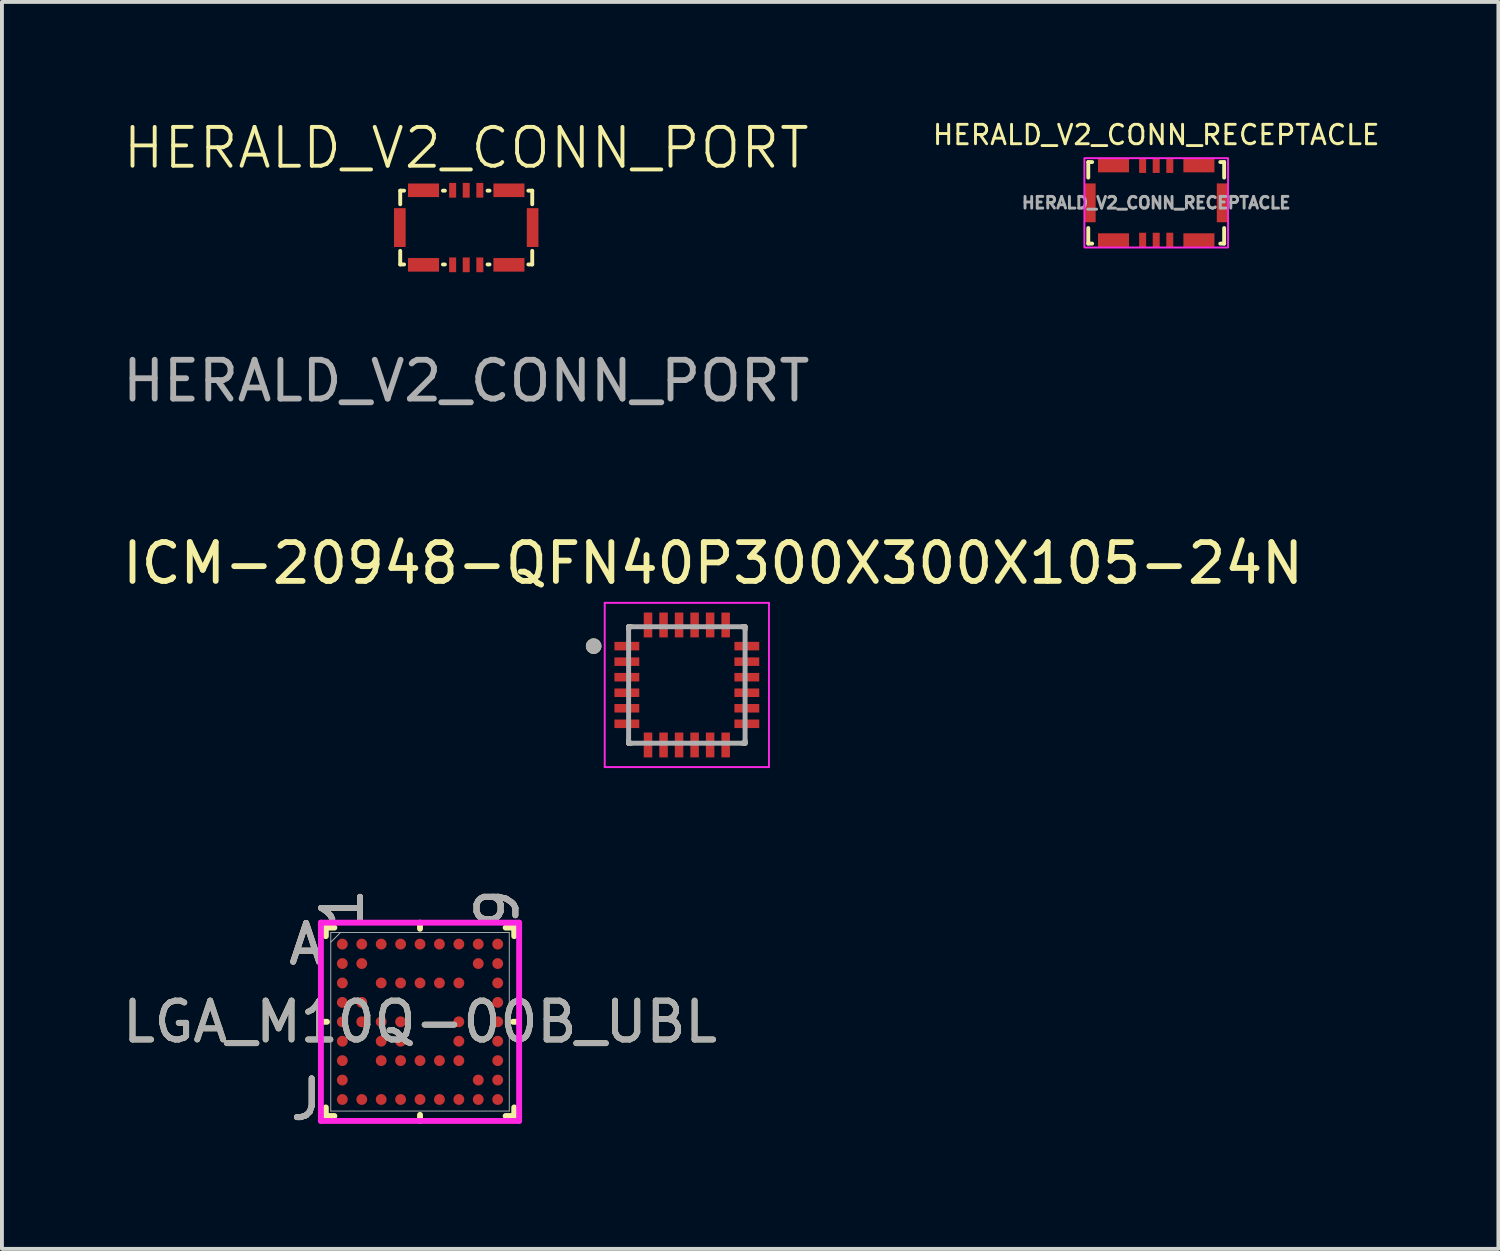
<source format=kicad_pcb>
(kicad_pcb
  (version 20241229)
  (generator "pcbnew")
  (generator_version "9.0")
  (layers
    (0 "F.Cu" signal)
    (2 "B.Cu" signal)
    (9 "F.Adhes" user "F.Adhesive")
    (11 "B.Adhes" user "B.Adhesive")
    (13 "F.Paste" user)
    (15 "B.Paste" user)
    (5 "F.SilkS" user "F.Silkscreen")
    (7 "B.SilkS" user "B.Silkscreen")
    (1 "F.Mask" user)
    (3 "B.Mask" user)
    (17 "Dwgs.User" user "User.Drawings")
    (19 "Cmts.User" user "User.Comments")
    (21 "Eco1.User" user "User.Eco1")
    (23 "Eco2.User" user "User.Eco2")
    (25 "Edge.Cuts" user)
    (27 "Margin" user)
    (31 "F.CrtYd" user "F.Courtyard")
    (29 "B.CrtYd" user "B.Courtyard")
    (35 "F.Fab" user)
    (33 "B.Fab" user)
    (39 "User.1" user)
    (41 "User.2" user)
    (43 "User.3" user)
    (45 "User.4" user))
  (footprint "LGA_M10Q-00B_UBL"
    (layer "F.Cu")
    (at 7.768 23.267)
    (property "Reference" "LGA_M10Q-00B_UBL" (at 0 0 0) (unlocked yes) (layer "F.SilkS") (effects (font (size 1 1) (thickness 0.15))))
    (attr smd)
    (fp_line (start -2.426 -2.426) (end -2.426 -2.206) (stroke (width 0.152) (type solid)) (layer "F.SilkS"))
    (fp_line (start -2.426 2.206) (end -2.426 2.426) (stroke (width 0.152) (type solid)) (layer "F.SilkS"))
    (fp_line (start -2.426 2.426) (end -2.206 2.426) (stroke (width 0.152) (type solid)) (layer "F.SilkS"))
    (fp_line (start -2.397 0) (end -2.553 0) (stroke (width 0.152) (type solid)) (layer "F.SilkS"))
    (fp_line (start -2.206 -2.426) (end -2.426 -2.426) (stroke (width 0.152) (type solid)) (layer "F.SilkS"))
    (fp_line (start 0 -2.397) (end 0 -2.553) (stroke (width 0.152) (type solid)) (layer "F.SilkS"))
    (fp_line (start 0 2.397) (end 0 2.553) (stroke (width 0.152) (type solid)) (layer "F.SilkS"))
    (fp_line (start 2.206 2.426) (end 2.426 2.426) (stroke (width 0.152) (type solid)) (layer "F.SilkS"))
    (fp_line (start 2.397 0) (end 2.553 0) (stroke (width 0.152) (type solid)) (layer "F.SilkS"))
    (fp_line (start 2.426 -2.426) (end 2.206 -2.426) (stroke (width 0.152) (type solid)) (layer "F.SilkS"))
    (fp_line (start 2.426 -2.206) (end 2.426 -2.426) (stroke (width 0.152) (type solid)) (layer "F.SilkS"))
    (fp_line (start 2.426 2.426) (end 2.426 2.206) (stroke (width 0.152) (type solid)) (layer "F.SilkS"))
    (fp_poly (pts (xy -2.695 -2.695) (xy 2.695 -2.695) (xy 2.695 2.695) (xy -2.695 2.695)) (stroke (width 0.1) (type solid)) (fill no) (layer "Eco2.User"))
    (fp_line (start -2.553 -2.553) (end 2.553 -2.553) (stroke (width 0.152) (type solid)) (layer "F.CrtYd"))
    (fp_line (start -2.553 2.553) (end -2.553 -2.553) (stroke (width 0.152) (type solid)) (layer "F.CrtYd"))
    (fp_line (start 2.553 -2.553) (end 2.553 2.553) (stroke (width 0.152) (type solid)) (layer "F.CrtYd"))
    (fp_line (start 2.553 2.553) (end -2.553 2.553) (stroke (width 0.152) (type solid)) (layer "F.CrtYd"))
    (fp_line (start -2.299 -2.299) (end -2.299 2.299) (stroke (width 0.025) (type solid)) (layer "F.Fab"))
    (fp_line (start -2.299 2.299) (end 2.299 2.299) (stroke (width 0.025) (type solid)) (layer "F.Fab"))
    (fp_line (start -2.049 -2.299) (end -2.299 -2.049) (stroke (width 0.025) (type solid)) (layer "F.Fab"))
    (fp_line (start 2.299 -2.299) (end -2.299 -2.299) (stroke (width 0.025) (type solid)) (layer "F.Fab"))
    (fp_line (start 2.299 2.299) (end 2.299 -2.299) (stroke (width 0.025) (type solid)) (layer "F.Fab"))
    (fp_text user "9" (at 2.001 -2.934 90) (unlocked yes) (layer "F.SilkS") (effects (font (size 1 1) (thickness 0.15))))
    (fp_text user "J" (at -2.934 2.001 0) (unlocked yes) (layer "F.SilkS") (effects (font (size 1 1) (thickness 0.15))))
    (fp_text user "1" (at -2.001 -2.934 90) (unlocked yes) (layer "F.SilkS") (effects (font (size 1 1) (thickness 0.15))))
    (fp_text user "A" (at -2.934 -2.001 0) (unlocked yes) (layer "F.SilkS") (effects (font (size 1 1) (thickness 0.15))))
    (fp_text user "1" (at -2.001 -2.934 90) (unlocked yes) (layer "B.SilkS") (effects (font (size 1 1) (thickness 0.15))))
    (fp_text user "A" (at -2.934 -2.001 0) (unlocked yes) (layer "B.SilkS") (effects (font (size 1 1) (thickness 0.15))))
    (fp_text user "J" (at -2.934 2.001 0) (unlocked yes) (layer "B.SilkS") (effects (font (size 1 1) (thickness 0.15))))
    (fp_text user "9" (at 2.001 -2.934 90) (unlocked yes) (layer "B.SilkS") (effects (font (size 1 1) (thickness 0.15))))
    (fp_text user "A" (at -2.934 -2.001 0) (unlocked yes) (layer "F.Fab") (effects (font (size 1 1) (thickness 0.15))))
    (fp_text user "9" (at 2.001 -2.934 90) (unlocked yes) (layer "F.Fab") (effects (font (size 1 1) (thickness 0.15))))
    (fp_text user "${REFERENCE}" (at 0 0 0) (unlocked yes) (layer "F.Fab") (effects (font (size 1 1) (thickness 0.15))))
    (fp_text user "1" (at -2.001 -2.934 90) (unlocked yes) (layer "F.Fab") (effects (font (size 1 1) (thickness 0.15))))
    (fp_text user "J" (at -2.934 2.001 0) (unlocked yes) (layer "F.Fab") (effects (font (size 1 1) (thickness 0.15))))
    (pad "A1" smd circle (at -2.001 -2.001) (size 0.279 0.279) (layers "F.Cu" "F.Mask" "F.Paste"))
    (pad "A2" smd circle (at -1.5 -2.001) (size 0.279 0.279) (layers "F.Cu" "F.Mask" "F.Paste"))
    (pad "A3" smd circle (at -1 -2.001) (size 0.279 0.279) (layers "F.Cu" "F.Mask" "F.Paste"))
    (pad "A4" smd circle (at -0.5 -2.001) (size 0.279 0.279) (layers "F.Cu" "F.Mask" "F.Paste"))
    (pad "A5" smd circle (at 0 -2.001) (size 0.279 0.279) (layers "F.Cu" "F.Mask" "F.Paste"))
    (pad "A6" smd circle (at 0.5 -2.001) (size 0.279 0.279) (layers "F.Cu" "F.Mask" "F.Paste"))
    (pad "A7" smd circle (at 1 -2.001) (size 0.279 0.279) (layers "F.Cu" "F.Mask" "F.Paste"))
    (pad "A8" smd circle (at 1.5 -2.001) (size 0.279 0.279) (layers "F.Cu" "F.Mask" "F.Paste"))
    (pad "A9" smd circle (at 2.001 -2.001) (size 0.279 0.279) (layers "F.Cu" "F.Mask" "F.Paste"))
    (pad "B1" smd circle (at -2.001 -1.5) (size 0.279 0.279) (layers "F.Cu" "F.Mask" "F.Paste"))
    (pad "B2" smd circle (at -1.5 -1.5) (size 0.279 0.279) (layers "F.Cu" "F.Mask" "F.Paste"))
    (pad "B8" smd circle (at 1.5 -1.5) (size 0.279 0.279) (layers "F.Cu" "F.Mask" "F.Paste"))
    (pad "B9" smd circle (at 2.001 -1.5) (size 0.279 0.279) (layers "F.Cu" "F.Mask" "F.Paste"))
    (pad "C1" smd circle (at -2.001 -1) (size 0.279 0.279) (layers "F.Cu" "F.Mask" "F.Paste"))
    (pad "C3" smd circle (at -1 -1) (size 0.279 0.279) (layers "F.Cu" "F.Mask" "F.Paste"))
    (pad "C4" smd circle (at -0.5 -1) (size 0.279 0.279) (layers "F.Cu" "F.Mask" "F.Paste"))
    (pad "C5" smd circle (at 0 -1) (size 0.279 0.279) (layers "F.Cu" "F.Mask" "F.Paste"))
    (pad "C6" smd circle (at 0.5 -1) (size 0.279 0.279) (layers "F.Cu" "F.Mask" "F.Paste"))
    (pad "C7" smd circle (at 1 -1) (size 0.279 0.279) (layers "F.Cu" "F.Mask" "F.Paste"))
    (pad "C9" smd circle (at 2.001 -1) (size 0.279 0.279) (layers "F.Cu" "F.Mask" "F.Paste"))
    (pad "D1" smd circle (at -2.001 -0.5) (size 0.279 0.279) (layers "F.Cu" "F.Mask" "F.Paste"))
    (pad "D2" smd circle (at -1.5 -0.5) (size 0.279 0.279) (layers "F.Cu" "F.Mask" "F.Paste"))
    (pad "D9" smd circle (at 2.001 -0.5) (size 0.279 0.279) (layers "F.Cu" "F.Mask" "F.Paste"))
    (pad "E1" smd circle (at -2.001 0) (size 0.279 0.279) (layers "F.Cu" "F.Mask" "F.Paste"))
    (pad "E2" smd circle (at -1.5 0) (size 0.279 0.279) (layers "F.Cu" "F.Mask" "F.Paste"))
    (pad "E3" smd circle (at -1 0) (size 0.279 0.279) (layers "F.Cu" "F.Mask" "F.Paste"))
    (pad "E4" smd circle (at -0.5 0) (size 0.279 0.279) (layers "F.Cu" "F.Mask" "F.Paste"))
    (pad "E7" smd circle (at 1 0) (size 0.279 0.279) (layers "F.Cu" "F.Mask" "F.Paste"))
    (pad "E9" smd circle (at 2.001 0) (size 0.279 0.279) (layers "F.Cu" "F.Mask" "F.Paste"))
    (pad "F1" smd circle (at -2.001 0.5) (size 0.279 0.279) (layers "F.Cu" "F.Mask" "F.Paste"))
    (pad "F3" smd circle (at -1 0.5) (size 0.279 0.279) (layers "F.Cu" "F.Mask" "F.Paste"))
    (pad "F4" smd circle (at -0.5 0.5) (size 0.279 0.279) (layers "F.Cu" "F.Mask" "F.Paste"))
    (pad "F7" smd circle (at 1 0.5) (size 0.279 0.279) (layers "F.Cu" "F.Mask" "F.Paste"))
    (pad "F9" smd circle (at 2.001 0.5) (size 0.279 0.279) (layers "F.Cu" "F.Mask" "F.Paste"))
    (pad "G1" smd circle (at -2.001 1) (size 0.279 0.279) (layers "F.Cu" "F.Mask" "F.Paste"))
    (pad "G3" smd circle (at -1 1) (size 0.279 0.279) (layers "F.Cu" "F.Mask" "F.Paste"))
    (pad "G4" smd circle (at -0.5 1) (size 0.279 0.279) (layers "F.Cu" "F.Mask" "F.Paste"))
    (pad "G5" smd circle (at 0 1) (size 0.279 0.279) (layers "F.Cu" "F.Mask" "F.Paste"))
    (pad "G6" smd circle (at 0.5 1) (size 0.279 0.279) (layers "F.Cu" "F.Mask" "F.Paste"))
    (pad "G7" smd circle (at 1 1) (size 0.279 0.279) (layers "F.Cu" "F.Mask" "F.Paste"))
    (pad "G9" smd circle (at 2.001 1) (size 0.279 0.279) (layers "F.Cu" "F.Mask" "F.Paste"))
    (pad "H1" smd circle (at -2.001 1.5) (size 0.279 0.279) (layers "F.Cu" "F.Mask" "F.Paste"))
    (pad "H8" smd circle (at 1.5 1.5) (size 0.279 0.279) (layers "F.Cu" "F.Mask" "F.Paste"))
    (pad "H9" smd circle (at 2.001 1.5) (size 0.279 0.279) (layers "F.Cu" "F.Mask" "F.Paste"))
    (pad "J1" smd circle (at -2.001 2.001) (size 0.279 0.279) (layers "F.Cu" "F.Mask" "F.Paste"))
    (pad "J2" smd circle (at -1.5 2.001) (size 0.279 0.279) (layers "F.Cu" "F.Mask" "F.Paste"))
    (pad "J3" smd circle (at -1 2.001) (size 0.279 0.279) (layers "F.Cu" "F.Mask" "F.Paste"))
    (pad "J4" smd circle (at -0.5 2.001) (size 0.279 0.279) (layers "F.Cu" "F.Mask" "F.Paste"))
    (pad "J5" smd circle (at 0 2.001) (size 0.279 0.279) (layers "F.Cu" "F.Mask" "F.Paste"))
    (pad "J6" smd circle (at 0.5 2.001) (size 0.279 0.279) (layers "F.Cu" "F.Mask" "F.Paste"))
    (pad "J7" smd circle (at 1 2.001) (size 0.279 0.279) (layers "F.Cu" "F.Mask" "F.Paste"))
    (pad "J8" smd circle (at 1.5 2.001) (size 0.279 0.279) (layers "F.Cu" "F.Mask" "F.Paste"))
    (pad "J9" smd circle (at 2.001 2.001) (size 0.279 0.279) (layers "F.Cu" "F.Mask" "F.Paste")))
  (footprint "ICM-20948-QFN40P300X300X105-24N"
    (layer "F.Cu")
    (at 14.64 14.592)
    (property "Reference" "ICM-20948-QFN40P300X300X105-24N" (at 0.675 -3.135 0) (layer "F.SilkS") (effects (font (size 1 1) (thickness 0.15))))
    (attr smd)
    (fp_line (start -1.5 -1.5) (end -1.5 -1.43) (stroke (width 0.127) (type solid)) (layer "F.SilkS"))
    (fp_line (start -1.5 1.43) (end -1.5 1.5) (stroke (width 0.127) (type solid)) (layer "F.SilkS"))
    (fp_line (start -1.5 1.5) (end -1.43 1.5) (stroke (width 0.127) (type solid)) (layer "F.SilkS"))
    (fp_line (start -1.43 -1.5) (end -1.5 -1.5) (stroke (width 0.127) (type solid)) (layer "F.SilkS"))
    (fp_line (start 1.43 1.5) (end 1.5 1.5) (stroke (width 0.127) (type solid)) (layer "F.SilkS"))
    (fp_line (start 1.5 -1.5) (end 1.43 -1.5) (stroke (width 0.127) (type solid)) (layer "F.SilkS"))
    (fp_line (start 1.5 -1.43) (end 1.5 -1.5) (stroke (width 0.127) (type solid)) (layer "F.SilkS"))
    (fp_line (start 1.5 1.5) (end 1.5 1.43) (stroke (width 0.127) (type solid)) (layer "F.SilkS"))
    (fp_circle (center -2.4 -1) (end -2.3 -1) (stroke (width 0.2) (type solid)) (fill no) (layer "F.SilkS"))
    (fp_line (start -2.115 -2.115) (end 2.115 -2.115) (stroke (width 0.05) (type solid)) (layer "F.CrtYd"))
    (fp_line (start -2.115 2.115) (end -2.115 -2.115) (stroke (width 0.05) (type solid)) (layer "F.CrtYd"))
    (fp_line (start 2.115 -2.115) (end 2.115 2.115) (stroke (width 0.05) (type solid)) (layer "F.CrtYd"))
    (fp_line (start 2.115 2.115) (end -2.115 2.115) (stroke (width 0.05) (type solid)) (layer "F.CrtYd"))
    (fp_line (start -1.5 -1.5) (end 1.5 -1.5) (stroke (width 0.127) (type solid)) (layer "F.Fab"))
    (fp_line (start -1.5 1.5) (end -1.5 -1.5) (stroke (width 0.127) (type solid)) (layer "F.Fab"))
    (fp_line (start 1.5 -1.5) (end 1.5 1.5) (stroke (width 0.127) (type solid)) (layer "F.Fab"))
    (fp_line (start 1.5 1.5) (end -1.5 1.5) (stroke (width 0.127) (type solid)) (layer "F.Fab"))
    (fp_circle (center -2.4 -1) (end -2.3 -1) (stroke (width 0.2) (type solid)) (fill no) (layer "F.Fab"))
    (pad "1" smd roundrect (at -1.545 -1) (size 0.64 0.22) (layers "F.Cu" "F.Mask" "F.Paste") (roundrect_rratio 0.03))
    (pad "2" smd roundrect (at -1.545 -0.6) (size 0.64 0.22) (layers "F.Cu" "F.Mask" "F.Paste") (roundrect_rratio 0.03))
    (pad "3" smd roundrect (at -1.545 -0.2) (size 0.64 0.22) (layers "F.Cu" "F.Mask" "F.Paste") (roundrect_rratio 0.03))
    (pad "4" smd roundrect (at -1.545 0.2) (size 0.64 0.22) (layers "F.Cu" "F.Mask" "F.Paste") (roundrect_rratio 0.03))
    (pad "5" smd roundrect (at -1.545 0.6) (size 0.64 0.22) (layers "F.Cu" "F.Mask" "F.Paste") (roundrect_rratio 0.03))
    (pad "6" smd roundrect (at -1.545 1) (size 0.64 0.22) (layers "F.Cu" "F.Mask" "F.Paste") (roundrect_rratio 0.03))
    (pad "7" smd roundrect (at -1 1.545 90) (size 0.64 0.22) (layers "F.Cu" "F.Mask" "F.Paste") (roundrect_rratio 0.03))
    (pad "8" smd roundrect (at -0.6 1.545 90) (size 0.64 0.22) (layers "F.Cu" "F.Mask" "F.Paste") (roundrect_rratio 0.03))
    (pad "9" smd roundrect (at -0.2 1.545 90) (size 0.64 0.22) (layers "F.Cu" "F.Mask" "F.Paste") (roundrect_rratio 0.03))
    (pad "10" smd roundrect (at 0.2 1.545 90) (size 0.64 0.22) (layers "F.Cu" "F.Mask" "F.Paste") (roundrect_rratio 0.03))
    (pad "11" smd roundrect (at 0.6 1.545 90) (size 0.64 0.22) (layers "F.Cu" "F.Mask" "F.Paste") (roundrect_rratio 0.03))
    (pad "12" smd roundrect (at 1 1.545 90) (size 0.64 0.22) (layers "F.Cu" "F.Mask" "F.Paste") (roundrect_rratio 0.03))
    (pad "13" smd roundrect (at 1.545 1 180) (size 0.64 0.22) (layers "F.Cu" "F.Mask" "F.Paste") (roundrect_rratio 0.03))
    (pad "14" smd roundrect (at 1.545 0.6 180) (size 0.64 0.22) (layers "F.Cu" "F.Mask" "F.Paste") (roundrect_rratio 0.03))
    (pad "15" smd roundrect (at 1.545 0.2 180) (size 0.64 0.22) (layers "F.Cu" "F.Mask" "F.Paste") (roundrect_rratio 0.03))
    (pad "16" smd roundrect (at 1.545 -0.2 180) (size 0.64 0.22) (layers "F.Cu" "F.Mask" "F.Paste") (roundrect_rratio 0.03))
    (pad "17" smd roundrect (at 1.545 -0.6 180) (size 0.64 0.22) (layers "F.Cu" "F.Mask" "F.Paste") (roundrect_rratio 0.03))
    (pad "18" smd roundrect (at 1.545 -1 180) (size 0.64 0.22) (layers "F.Cu" "F.Mask" "F.Paste") (roundrect_rratio 0.03))
    (pad "19" smd roundrect (at 1 -1.545 270) (size 0.64 0.22) (layers "F.Cu" "F.Mask" "F.Paste") (roundrect_rratio 0.03))
    (pad "20" smd roundrect (at 0.6 -1.545 270) (size 0.64 0.22) (layers "F.Cu" "F.Mask" "F.Paste") (roundrect_rratio 0.03))
    (pad "21" smd roundrect (at 0.2 -1.545 270) (size 0.64 0.22) (layers "F.Cu" "F.Mask" "F.Paste") (roundrect_rratio 0.03))
    (pad "22" smd roundrect (at -0.2 -1.545 270) (size 0.64 0.22) (layers "F.Cu" "F.Mask" "F.Paste") (roundrect_rratio 0.03))
    (pad "23" smd roundrect (at -0.6 -1.545 270) (size 0.64 0.22) (layers "F.Cu" "F.Mask" "F.Paste") (roundrect_rratio 0.03))
    (pad "24" smd roundrect (at -1 -1.545 270) (size 0.64 0.22) (layers "F.Cu" "F.Mask" "F.Paste") (roundrect_rratio 0.03))
    (zone (net_name "") (layer "F.Cu") (hatch full 0.508) (connect_pads) (min_thickness 0.01) (filled_areas_thickness no) (keepout (tracks not_allowed) (vias not_allowed) (pads not_allowed) (copperpour not_allowed) (footprints allowed)) (placement (enabled no)) (fill) (polygon (pts (xy 13.79 13.822) (xy 15.49 13.822) (xy 15.49 15.362) (xy 13.79 15.362))))
    (zone (net_name "") (layers "F.Cu" "B.Cu") (hatch full 0.508) (connect_pads) (min_thickness 0.01) (filled_areas_thickness no) (keepout (tracks allowed) (vias not_allowed) (pads allowed) (copperpour allowed) (footprints allowed)) (placement (enabled no)) (fill) (polygon (pts (xy 13.79 13.822) (xy 15.49 13.822) (xy 15.49 15.362) (xy 13.79 15.362)))))
  (footprint "HERALD_V2_CONN_RECEPTACLE"
    (layer "F.Cu")
    (at 26.729 2.174)
    (property "Reference" "HERALD_V2_CONN_RECEPTACLE" (at 0 -1.75 0) (unlocked yes) (layer "F.SilkS") (effects (font (size 0.5 0.5) (thickness 0.075))))
    (attr smd)
    (fp_line (start -1.75 -1.05) (end -1.65 -1.05) (stroke (width 0.1) (type default)) (layer "F.SilkS"))
    (fp_line (start -1.75 -0.65) (end -1.75 -1.05) (stroke (width 0.1) (type default)) (layer "F.SilkS"))
    (fp_line (start -1.75 0.65) (end -1.75 1.05) (stroke (width 0.1) (type default)) (layer "F.SilkS"))
    (fp_line (start -1.75 1.05) (end -1.65 1.05) (stroke (width 0.1) (type default)) (layer "F.SilkS"))
    (fp_line (start 1.75 -1.05) (end 1.65 -1.05) (stroke (width 0.1) (type default)) (layer "F.SilkS"))
    (fp_line (start 1.75 -0.65) (end 1.75 -1.05) (stroke (width 0.1) (type default)) (layer "F.SilkS"))
    (fp_line (start 1.75 0.65) (end 1.75 1.05) (stroke (width 0.1) (type default)) (layer "F.SilkS"))
    (fp_line (start 1.75 1.05) (end 1.65 1.05) (stroke (width 0.1) (type default)) (layer "F.SilkS"))
    (fp_rect (start -1.85 -1.15) (end 1.85 1.15) (stroke (width 0.05) (type default)) (fill no) (layer "F.CrtYd"))
    (fp_text user "${REFERENCE}" (at 0 0 0) (unlocked yes) (layer "F.Fab") (effects (font (size 0.3 0.3) (thickness 0.075))))
    (pad "1" smd rect (at -1.71 0) (size 0.3 1) (layers "F.Cu" "F.Mask" "F.Paste"))
    (pad "1" smd rect (at -1.1 -0.96) (size 0.8 0.35) (layers "F.Cu" "F.Mask" "F.Paste"))
    (pad "1" smd rect (at -1.1 0.96) (size 0.8 0.35) (layers "F.Cu" "F.Mask" "F.Paste"))
    (pad "2" smd rect (at -0.35 0.96) (size 0.18 0.38) (layers "F.Cu" "F.Mask" "F.Paste"))
    (pad "3" smd rect (at -0.35 -0.96) (size 0.18 0.38) (layers "F.Cu" "F.Mask" "F.Paste"))
    (pad "4" smd rect (at 0 0.96) (size 0.18 0.38) (layers "F.Cu" "F.Mask" "F.Paste"))
    (pad "5" smd rect (at 0 -0.96) (size 0.18 0.38) (layers "F.Cu" "F.Mask" "F.Paste"))
    (pad "6" smd rect (at 0.35 0.96) (size 0.18 0.38) (layers "F.Cu" "F.Mask" "F.Paste"))
    (pad "7" smd rect (at 0.35 -0.96) (size 0.18 0.38) (layers "F.Cu" "F.Mask" "F.Paste"))
    (pad "8" smd rect (at 1.1 -0.96) (size 0.8 0.35) (layers "F.Cu" "F.Mask" "F.Paste"))
    (pad "8" smd rect (at 1.1 0.96) (size 0.8 0.35) (layers "F.Cu" "F.Mask" "F.Paste"))
    (pad "8" smd rect (at 1.71 0) (size 0.3 1) (layers "F.Cu" "F.Mask" "F.Paste")))
  (footprint "HERALD_V2_CONN_PORT"
    (layer "F.Cu")
    (at 8.958 2.811)
    (property "Reference" "HERALD_V2_CONN_PORT" (at 0 -2.05 0) (unlocked yes) (layer "F.SilkS") (effects (font (size 1 1) (thickness 0.1))))
    (attr smd)
    (fp_line (start -1.7 -0.95) (end -1.6 -0.95) (stroke (width 0.1) (type default)) (layer "F.SilkS"))
    (fp_line (start -1.7 -0.6) (end -1.7 -0.95) (stroke (width 0.1) (type default)) (layer "F.SilkS"))
    (fp_line (start -1.7 0.6) (end -1.7 0.95) (stroke (width 0.1) (type default)) (layer "F.SilkS"))
    (fp_line (start -1.7 0.95) (end -1.6 0.95) (stroke (width 0.1) (type default)) (layer "F.SilkS"))
    (fp_line (start -0.55 -0.95) (end -0.6 -0.95) (stroke (width 0.1) (type default)) (layer "F.SilkS"))
    (fp_line (start -0.55 0.95) (end -0.6 0.95) (stroke (width 0.1) (type default)) (layer "F.SilkS"))
    (fp_line (start 0.6 -0.95) (end 0.55 -0.95) (stroke (width 0.1) (type default)) (layer "F.SilkS"))
    (fp_line (start 0.6 0.95) (end 0.55 0.95) (stroke (width 0.1) (type default)) (layer "F.SilkS"))
    (fp_line (start 1.7 -0.95) (end 1.6 -0.95) (stroke (width 0.1) (type default)) (layer "F.SilkS"))
    (fp_line (start 1.7 -0.6) (end 1.7 -0.95) (stroke (width 0.1) (type default)) (layer "F.SilkS"))
    (fp_line (start 1.7 0.6) (end 1.7 0.95) (stroke (width 0.1) (type default)) (layer "F.SilkS"))
    (fp_line (start 1.7 0.95) (end 1.6 0.95) (stroke (width 0.1) (type default)) (layer "F.SilkS"))
    (fp_text user "${REFERENCE}" (at 0 3.95 0) (unlocked yes) (layer "F.Fab") (effects (font (size 1 1) (thickness 0.15))))
    (pad "1" smd rect (at 1.1 -0.96) (size 0.8 0.35) (layers "F.Cu" "F.Mask" "F.Paste"))
    (pad "1" smd rect (at 1.1 0.96) (size 0.8 0.35) (layers "F.Cu" "F.Mask" "F.Paste"))
    (pad "1" smd rect (at 1.71 0) (size 0.3 1) (layers "F.Cu" "F.Mask" "F.Paste"))
    (pad "2" smd rect (at 0.35 0.96) (size 0.18 0.38) (layers "F.Cu" "F.Mask" "F.Paste"))
    (pad "3" smd rect (at 0.35 -0.96) (size 0.18 0.38) (layers "F.Cu" "F.Mask" "F.Paste"))
    (pad "4" smd rect (at 0 0.96) (size 0.18 0.38) (layers "F.Cu" "F.Mask" "F.Paste"))
    (pad "5" smd rect (at 0 -0.96) (size 0.18 0.38) (layers "F.Cu" "F.Mask" "F.Paste"))
    (pad "6" smd rect (at -0.35 0.96) (size 0.18 0.38) (layers "F.Cu" "F.Mask" "F.Paste"))
    (pad "7" smd rect (at -0.35 -0.96) (size 0.18 0.38) (layers "F.Cu" "F.Mask" "F.Paste"))
    (pad "8" smd rect (at -1.71 0) (size 0.3 1) (layers "F.Cu" "F.Mask" "F.Paste"))
    (pad "8" smd rect (at -1.1 -0.96) (size 0.8 0.35) (layers "F.Cu" "F.Mask" "F.Paste"))
    (pad "8" smd rect (at -1.1 0.96) (size 0.8 0.35) (layers "F.Cu" "F.Mask" "F.Paste")))
  (gr_rect
    (start -3 -3)
    (end 35.542 29.116)
    (stroke (width 0.1) (type default))
    (fill no)
    (layer "Edge.Cuts")))
</source>
